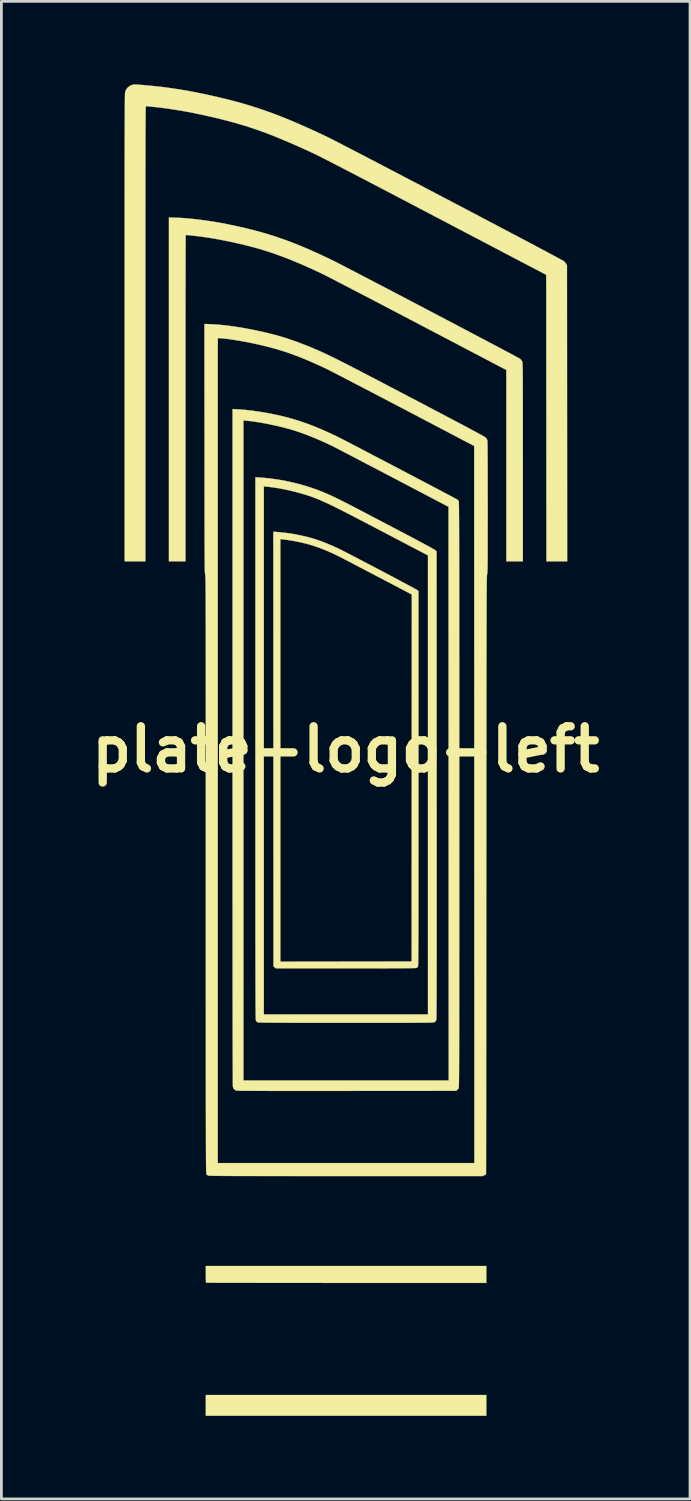
<source format=kicad_pcb>
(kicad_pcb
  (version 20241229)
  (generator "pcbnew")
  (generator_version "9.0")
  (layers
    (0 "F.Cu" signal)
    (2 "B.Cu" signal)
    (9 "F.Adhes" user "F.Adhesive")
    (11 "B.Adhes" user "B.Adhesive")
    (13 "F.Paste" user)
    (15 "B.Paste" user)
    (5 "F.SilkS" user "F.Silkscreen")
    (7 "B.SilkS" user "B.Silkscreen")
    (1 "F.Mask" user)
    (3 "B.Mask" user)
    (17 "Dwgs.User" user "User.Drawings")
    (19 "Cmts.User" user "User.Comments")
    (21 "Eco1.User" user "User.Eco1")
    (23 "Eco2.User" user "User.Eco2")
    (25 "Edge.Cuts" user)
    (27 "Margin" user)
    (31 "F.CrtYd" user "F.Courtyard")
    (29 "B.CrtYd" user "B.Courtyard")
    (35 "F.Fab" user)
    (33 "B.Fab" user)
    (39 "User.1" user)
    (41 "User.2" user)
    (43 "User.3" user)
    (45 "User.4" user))
  (footprint "plate-logo-left"
    (layer "F.Cu")
    (at 9.442 24.027)
    (property "Reference" "plate-logo-left" (at 0 0 0) (layer "F.SilkS") (effects (font (size 1.524 1.524) (thickness 0.3))))
    (attr through_hole)
    (fp_poly (pts (xy 5.08 24.079) (xy -5.055 24.079) (xy -5.055 23.33) (xy 5.08 23.33) (xy 5.08 24.079)) (stroke (width 0.01) (type solid)) (fill yes) (layer "F.SilkS"))
    (fp_poly (pts (xy 5.08 19.279) (xy 0.021 19.279) (xy -0.336 19.279) (xy -0.687 19.279) (xy -1.03 19.278) (xy -1.365 19.278) (xy -1.691 19.278) (xy -2.007 19.278) (xy -2.313 19.278) (xy -2.607 19.277) (xy -2.888 19.277) (xy -3.157 19.277) (xy -3.411 19.276) (xy -3.65 19.276) (xy -3.873 19.276) (xy -4.079 19.275) (xy -4.268 19.275) (xy -4.439 19.274) (xy -4.59 19.274) (xy -4.721 19.273) (xy -4.832 19.273) (xy -4.92 19.272) (xy -4.986 19.271) (xy -5.028 19.271) (xy -5.046 19.27) (xy -5.046 19.27) (xy -5.049 19.256) (xy -5.051 19.219) (xy -5.052 19.165) (xy -5.054 19.096) (xy -5.054 19.016) (xy -5.055 18.965) (xy -5.055 18.669) (xy 5.08 18.669) (xy 5.08 19.279)) (stroke (width 0.01) (type solid)) (fill yes) (layer "F.SilkS"))
    (fp_poly (pts (xy -2.554 -7.86) (xy -2.502 -7.856) (xy -2.435 -7.85) (xy -2.358 -7.843) (xy -2.276 -7.834) (xy -2.195 -7.825) (xy -2.12 -7.817) (xy -2.055 -7.809) (xy -2.019 -7.804) (xy -1.941 -7.791) (xy -1.845 -7.774) (xy -1.738 -7.753) (xy -1.627 -7.73) (xy -1.519 -7.706) (xy -1.419 -7.684) (xy -1.336 -7.663) (xy -1.335 -7.663) (xy -1.12 -7.6) (xy -0.888 -7.52) (xy -0.642 -7.424) (xy -0.384 -7.312) (xy -0.286 -7.267) (xy -0.242 -7.246) (xy -0.18 -7.215) (xy -0.101 -7.175) (xy -0.007 -7.126) (xy 0.101 -7.071) (xy 0.221 -7.009) (xy 0.351 -6.941) (xy 0.49 -6.869) (xy 0.636 -6.792) (xy 0.787 -6.713) (xy 0.942 -6.632) (xy 1.099 -6.549) (xy 1.257 -6.466) (xy 1.413 -6.384) (xy 1.567 -6.303) (xy 1.716 -6.224) (xy 1.859 -6.148) (xy 1.994 -6.076) (xy 2.12 -6.009) (xy 2.235 -5.947) (xy 2.337 -5.892) (xy 2.425 -5.845) (xy 2.497 -5.805) (xy 2.551 -5.775) (xy 2.586 -5.755) (xy 2.6 -5.746) (xy 2.629 -5.714) (xy 2.629 1.049) (xy 2.629 1.551) (xy 2.629 2.028) (xy 2.629 2.481) (xy 2.629 2.91) (xy 2.629 3.317) (xy 2.629 3.701) (xy 2.628 4.063) (xy 2.628 4.404) (xy 2.628 4.725) (xy 2.628 5.026) (xy 2.628 5.307) (xy 2.627 5.57) (xy 2.627 5.814) (xy 2.627 6.041) (xy 2.627 6.251) (xy 2.626 6.445) (xy 2.626 6.624) (xy 2.625 6.787) (xy 2.625 6.936) (xy 2.624 7.07) (xy 2.624 7.192) (xy 2.623 7.301) (xy 2.622 7.398) (xy 2.621 7.484) (xy 2.621 7.559) (xy 2.62 7.623) (xy 2.619 7.678) (xy 2.618 7.725) (xy 2.617 7.762) (xy 2.616 7.792) (xy 2.615 7.815) (xy 2.613 7.831) (xy 2.612 7.842) (xy 2.611 7.847) (xy 2.587 7.878) (xy 2.559 7.897) (xy 2.549 7.899) (xy 2.528 7.901) (xy 2.493 7.902) (xy 2.445 7.904) (xy 2.383 7.905) (xy 2.306 7.906) (xy 2.213 7.907) (xy 2.103 7.908) (xy 1.975 7.909) (xy 1.83 7.91) (xy 1.665 7.91) (xy 1.48 7.911) (xy 1.274 7.911) (xy 1.047 7.912) (xy 0.798 7.912) (xy 0.525 7.912) (xy 0.228 7.912) (xy -0.000398 7.912) (xy -2.527 7.912) (xy -2.568 7.875) (xy -2.61 7.838) (xy -2.61 7.671) (xy -2.362 7.671) (xy 2.381 7.664) (xy 2.388 -5.596) (xy 2.289 -5.648) (xy 2.195 -5.698) (xy 2.086 -5.755) (xy 1.965 -5.818) (xy 1.834 -5.887) (xy 1.694 -5.961) (xy 1.547 -6.038) (xy 1.395 -6.117) (xy 1.24 -6.199) (xy 1.083 -6.281) (xy 0.927 -6.363) (xy 0.772 -6.443) (xy 0.622 -6.522) (xy 0.478 -6.597) (xy 0.341 -6.669) (xy 0.213 -6.736) (xy 0.097 -6.796) (xy -0.007 -6.85) (xy -0.095 -6.896) (xy -0.167 -6.934) (xy -0.221 -6.962) (xy -0.255 -6.979) (xy -0.26 -6.982) (xy -0.478 -7.086) (xy -0.698 -7.182) (xy -0.914 -7.268) (xy -1.121 -7.342) (xy -1.295 -7.396) (xy -1.449 -7.437) (xy -1.616 -7.477) (xy -1.79 -7.513) (xy -1.961 -7.544) (xy -2.124 -7.57) (xy -2.271 -7.588) (xy -2.276 -7.589) (xy -2.362 -7.598) (xy -2.362 7.671) (xy -2.61 7.671) (xy -2.613 -0.012) (xy -2.616 -7.861) (xy -2.587 -7.861) (xy -2.554 -7.86)) (stroke (width 0.01) (type solid)) (fill yes) (layer "F.SilkS"))
    (fp_poly (pts (xy -6.125 -19.211) (xy -5.931 -19.202) (xy -5.717 -19.186) (xy -5.487 -19.163) (xy -5.247 -19.135) (xy -5.001 -19.101) (xy -4.752 -19.063) (xy -4.506 -19.02) (xy -4.267 -18.974) (xy -4.239 -18.968) (xy -3.916 -18.9) (xy -3.61 -18.83) (xy -3.318 -18.757) (xy -3.037 -18.681) (xy -2.763 -18.601) (xy -2.494 -18.515) (xy -2.225 -18.422) (xy -1.954 -18.321) (xy -1.677 -18.211) (xy -1.392 -18.091) (xy -1.095 -17.96) (xy -0.783 -17.816) (xy -0.514 -17.688) (xy -0.472 -17.668) (xy -0.41 -17.636) (xy -0.328 -17.595) (xy -0.229 -17.544) (xy -0.112 -17.484) (xy 0.02 -17.415) (xy 0.167 -17.339) (xy 0.327 -17.256) (xy 0.501 -17.166) (xy 0.685 -17.069) (xy 0.881 -16.968) (xy 1.085 -16.861) (xy 1.298 -16.75) (xy 1.519 -16.634) (xy 1.745 -16.516) (xy 1.977 -16.395) (xy 2.213 -16.271) (xy 2.451 -16.146) (xy 2.692 -16.02) (xy 2.933 -15.893) (xy 3.175 -15.766) (xy 3.414 -15.64) (xy 3.652 -15.515) (xy 3.886 -15.392) (xy 4.116 -15.271) (xy 4.34 -15.153) (xy 4.557 -15.039) (xy 4.767 -14.928) (xy 4.968 -14.822) (xy 5.159 -14.721) (xy 5.339 -14.626) (xy 5.507 -14.537) (xy 5.662 -14.455) (xy 5.803 -14.38) (xy 5.929 -14.313) (xy 6.039 -14.254) (xy 6.131 -14.205) (xy 6.204 -14.165) (xy 6.259 -14.135) (xy 6.292 -14.116) (xy 6.304 -14.109) (xy 6.339 -14.072) (xy 6.369 -14.03) (xy 6.377 -14.016) (xy 6.379 -14.01) (xy 6.381 -14.003) (xy 6.383 -13.993) (xy 6.385 -13.981) (xy 6.387 -13.964) (xy 6.388 -13.942) (xy 6.39 -13.915) (xy 6.391 -13.88) (xy 6.392 -13.839) (xy 6.394 -13.788) (xy 6.395 -13.729) (xy 6.395 -13.659) (xy 6.396 -13.578) (xy 6.397 -13.484) (xy 6.398 -13.378) (xy 6.398 -13.259) (xy 6.399 -13.124) (xy 6.399 -12.974) (xy 6.399 -12.807) (xy 6.4 -12.624) (xy 6.4 -12.422) (xy 6.4 -12.2) (xy 6.4 -11.959) (xy 6.4 -11.697) (xy 6.4 -11.413) (xy 6.4 -11.107) (xy 6.4 -10.777) (xy 6.401 -10.423) (xy 6.401 -10.379) (xy 6.401 -6.795) (xy 5.804 -6.795) (xy 5.803 -13.71) (xy 5.521 -13.857) (xy 5.485 -13.876) (xy 5.427 -13.906) (xy 5.349 -13.947) (xy 5.252 -13.998) (xy 5.136 -14.059) (xy 5.004 -14.129) (xy 4.855 -14.207) (xy 4.691 -14.293) (xy 4.512 -14.386) (xy 4.321 -14.486) (xy 4.118 -14.593) (xy 3.905 -14.705) (xy 3.681 -14.822) (xy 3.449 -14.944) (xy 3.208 -15.07) (xy 2.962 -15.199) (xy 2.709 -15.332) (xy 2.453 -15.467) (xy 2.311 -15.541) (xy 2.053 -15.676) (xy 1.798 -15.81) (xy 1.549 -15.94) (xy 1.306 -16.067) (xy 1.07 -16.191) (xy 0.842 -16.31) (xy 0.623 -16.424) (xy 0.415 -16.532) (xy 0.218 -16.634) (xy 0.034 -16.73) (xy -0.137 -16.819) (xy -0.293 -16.9) (xy -0.433 -16.973) (xy -0.557 -17.037) (xy -0.664 -17.091) (xy -0.751 -17.136) (xy -0.819 -17.17) (xy -0.866 -17.193) (xy -0.883 -17.201) (xy -1.183 -17.341) (xy -1.465 -17.468) (xy -1.732 -17.583) (xy -1.985 -17.688) (xy -2.229 -17.783) (xy -2.465 -17.87) (xy -2.697 -17.95) (xy -2.927 -18.025) (xy -3.158 -18.094) (xy -3.166 -18.096) (xy -3.377 -18.154) (xy -3.607 -18.213) (xy -3.849 -18.271) (xy -4.098 -18.327) (xy -4.347 -18.379) (xy -4.59 -18.426) (xy -4.821 -18.467) (xy -4.934 -18.486) (xy -5.019 -18.498) (xy -5.113 -18.512) (xy -5.211 -18.525) (xy -5.311 -18.538) (xy -5.41 -18.55) (xy -5.504 -18.561) (xy -5.589 -18.57) (xy -5.663 -18.577) (xy -5.721 -18.583) (xy -5.762 -18.585) (xy -5.781 -18.584) (xy -5.782 -18.584) (xy -5.782 -18.571) (xy -5.783 -18.534) (xy -5.784 -18.472) (xy -5.784 -18.388) (xy -5.785 -18.281) (xy -5.785 -18.153) (xy -5.786 -18.004) (xy -5.786 -17.836) (xy -5.787 -17.648) (xy -5.787 -17.442) (xy -5.788 -17.219) (xy -5.788 -16.979) (xy -5.789 -16.722) (xy -5.789 -16.451) (xy -5.789 -16.166) (xy -5.79 -15.867) (xy -5.79 -15.555) (xy -5.79 -15.231) (xy -5.791 -14.896) (xy -5.791 -14.551) (xy -5.791 -14.196) (xy -5.791 -13.832) (xy -5.791 -13.46) (xy -5.791 -13.081) (xy -5.791 -12.696) (xy -5.791 -6.795) (xy -6.388 -6.795) (xy -6.388 -19.219) (xy -6.125 -19.211)) (stroke (width 0.01) (type solid)) (fill yes) (layer "F.SilkS"))
    (fp_poly (pts (xy -3.121 -9.825) (xy -2.772 -9.794) (xy -2.419 -9.744) (xy -2.064 -9.678) (xy -1.714 -9.595) (xy -1.374 -9.497) (xy -1.048 -9.386) (xy -0.845 -9.306) (xy -0.784 -9.28) (xy -0.727 -9.256) (xy -0.671 -9.233) (xy -0.616 -9.208) (xy -0.56 -9.184) (xy -0.503 -9.157) (xy -0.442 -9.129) (xy -0.377 -9.098) (xy -0.306 -9.063) (xy -0.229 -9.025) (xy -0.144 -8.983) (xy -0.05 -8.935) (xy 0.054 -8.882) (xy 0.169 -8.823) (xy 0.297 -8.757) (xy 0.438 -8.683) (xy 0.595 -8.602) (xy 0.767 -8.511) (xy 0.957 -8.412) (xy 1.165 -8.303) (xy 1.393 -8.183) (xy 1.641 -8.053) (xy 1.758 -7.992) (xy 1.993 -7.868) (xy 2.206 -7.756) (xy 2.398 -7.655) (xy 2.569 -7.564) (xy 2.719 -7.484) (xy 2.85 -7.414) (xy 2.961 -7.354) (xy 3.054 -7.303) (xy 3.128 -7.262) (xy 3.185 -7.229) (xy 3.226 -7.205) (xy 3.249 -7.19) (xy 3.257 -7.183) (xy 3.283 -7.148) (xy 3.286 1.297) (xy 3.286 1.858) (xy 3.287 2.395) (xy 3.287 2.907) (xy 3.287 3.396) (xy 3.287 3.861) (xy 3.287 4.304) (xy 3.287 4.724) (xy 3.287 5.124) (xy 3.287 5.502) (xy 3.287 5.859) (xy 3.287 6.197) (xy 3.287 6.515) (xy 3.287 6.814) (xy 3.287 7.096) (xy 3.287 7.359) (xy 3.286 7.605) (xy 3.286 7.835) (xy 3.286 8.048) (xy 3.286 8.246) (xy 3.285 8.429) (xy 3.285 8.598) (xy 3.285 8.753) (xy 3.284 8.894) (xy 3.284 9.022) (xy 3.283 9.139) (xy 3.282 9.243) (xy 3.282 9.337) (xy 3.281 9.419) (xy 3.28 9.492) (xy 3.28 9.555) (xy 3.279 9.61) (xy 3.278 9.655) (xy 3.277 9.693) (xy 3.276 9.724) (xy 3.275 9.748) (xy 3.274 9.765) (xy 3.273 9.777) (xy 3.271 9.784) (xy 3.271 9.785) (xy 3.247 9.822) (xy 3.214 9.853) (xy 3.211 9.855) (xy 3.206 9.858) (xy 3.201 9.86) (xy 3.194 9.862) (xy 3.184 9.865) (xy 3.171 9.867) (xy 3.153 9.868) (xy 3.13 9.87) (xy 3.101 9.871) (xy 3.064 9.873) (xy 3.019 9.874) (xy 2.965 9.875) (xy 2.901 9.876) (xy 2.826 9.877) (xy 2.738 9.877) (xy 2.638 9.878) (xy 2.524 9.879) (xy 2.395 9.879) (xy 2.25 9.879) (xy 2.089 9.88) (xy 1.91 9.88) (xy 1.712 9.88) (xy 1.495 9.88) (xy 1.257 9.88) (xy 0.998 9.88) (xy 0.716 9.88) (xy 0.412 9.88) (xy 0.083 9.88) (xy 0.006 9.88) (xy -0.33 9.88) (xy -0.641 9.88) (xy -0.93 9.88) (xy -1.195 9.88) (xy -1.439 9.88) (xy -1.662 9.88) (xy -1.865 9.879) (xy -2.05 9.879) (xy -2.216 9.879) (xy -2.365 9.878) (xy -2.498 9.878) (xy -2.616 9.877) (xy -2.72 9.876) (xy -2.811 9.876) (xy -2.889 9.875) (xy -2.955 9.874) (xy -3.011 9.873) (xy -3.057 9.871) (xy -3.095 9.87) (xy -3.125 9.869) (xy -3.148 9.867) (xy -3.165 9.865) (xy -3.177 9.863) (xy -3.185 9.861) (xy -3.189 9.859) (xy -3.221 9.832) (xy -3.243 9.804) (xy -3.245 9.8) (xy -3.246 9.794) (xy -3.247 9.784) (xy -3.248 9.771) (xy -3.249 9.753) (xy -3.25 9.73) (xy -3.251 9.702) (xy -3.252 9.667) (xy -3.253 9.626) (xy -3.254 9.578) (xy -3.254 9.523) (xy -3.255 9.459) (xy -3.256 9.387) (xy -3.257 9.306) (xy -3.257 9.215) (xy -3.258 9.114) (xy -3.258 9.002) (xy -3.259 8.879) (xy -3.259 8.745) (xy -3.26 8.598) (xy -3.26 8.438) (xy -3.261 8.265) (xy -3.261 8.078) (xy -3.261 7.877) (xy -3.262 7.661) (xy -3.262 7.429) (xy -3.262 7.182) (xy -3.262 6.918) (xy -3.263 6.637) (xy -3.263 6.338) (xy -3.263 6.022) (xy -3.263 5.687) (xy -3.263 5.333) (xy -3.263 4.959) (xy -3.264 4.566) (xy -3.264 4.151) (xy -3.264 3.716) (xy -3.264 3.258) (xy -3.264 2.779) (xy -3.264 2.277) (xy -3.264 1.751) (xy -3.264 1.202) (xy -3.264 0.629) (xy -3.264 0.03) (xy -3.264 -9.5) (xy -2.959 -9.5) (xy -2.959 9.576) (xy 2.972 9.576) (xy 2.972 -7.008) (xy 1.319 -7.874) (xy 1.058 -8.011) (xy 0.818 -8.137) (xy 0.597 -8.252) (xy 0.396 -8.357) (xy 0.211 -8.453) (xy 0.043 -8.539) (xy -0.11 -8.617) (xy -0.249 -8.688) (xy -0.376 -8.751) (xy -0.491 -8.808) (xy -0.597 -8.859) (xy -0.694 -8.904) (xy -0.783 -8.945) (xy -0.866 -8.982) (xy -0.944 -9.016) (xy -1.018 -9.046) (xy -1.089 -9.075) (xy -1.159 -9.101) (xy -1.229 -9.127) (xy -1.295 -9.15) (xy -1.456 -9.203) (xy -1.636 -9.255) (xy -1.827 -9.306) (xy -2.025 -9.354) (xy -2.221 -9.396) (xy -2.41 -9.432) (xy -2.434 -9.436) (xy -2.5 -9.447) (xy -2.577 -9.459) (xy -2.657 -9.47) (xy -2.736 -9.48) (xy -2.809 -9.489) (xy -2.871 -9.495) (xy -2.915 -9.499) (xy -2.93 -9.5) (xy -2.959 -9.5) (xy -3.264 -9.5) (xy -3.264 -9.833) (xy -3.121 -9.825)) (stroke (width 0.01) (type solid)) (fill yes) (layer "F.SilkS"))
    (fp_poly (pts (xy -7.548 -24.021) (xy -7.484 -24.017) (xy -7.407 -24.011) (xy -7.312 -24.004) (xy -7.198 -23.993) (xy -7.064 -23.98) (xy -6.906 -23.964) (xy -6.902 -23.964) (xy -6.615 -23.932) (xy -6.314 -23.892) (xy -6.007 -23.846) (xy -5.705 -23.795) (xy -5.415 -23.741) (xy -5.302 -23.718) (xy -4.957 -23.645) (xy -4.629 -23.571) (xy -4.317 -23.496) (xy -4.016 -23.419) (xy -3.725 -23.338) (xy -3.44 -23.254) (xy -3.159 -23.164) (xy -2.878 -23.068) (xy -2.596 -22.966) (xy -2.309 -22.855) (xy -2.015 -22.736) (xy -1.711 -22.606) (xy -1.394 -22.466) (xy -1.06 -22.314) (xy -0.709 -22.149) (xy -0.699 -22.145) (xy -0.655 -22.123) (xy -0.591 -22.091) (xy -0.507 -22.049) (xy -0.405 -21.997) (xy -0.286 -21.936) (xy -0.15 -21.866) (xy 0.001 -21.788) (xy 0.167 -21.702) (xy 0.346 -21.608) (xy 0.538 -21.509) (xy 0.742 -21.402) (xy 0.957 -21.291) (xy 1.182 -21.173) (xy 1.415 -21.052) (xy 1.657 -20.925) (xy 1.905 -20.796) (xy 2.159 -20.662) (xy 2.419 -20.527) (xy 2.683 -20.389) (xy 2.949 -20.249) (xy 3.218 -20.108) (xy 3.489 -19.966) (xy 3.759 -19.824) (xy 4.029 -19.682) (xy 4.298 -19.541) (xy 4.564 -19.401) (xy 4.826 -19.263) (xy 5.084 -19.127) (xy 5.337 -18.994) (xy 5.583 -18.864) (xy 5.823 -18.738) (xy 6.053 -18.616) (xy 6.275 -18.499) (xy 6.487 -18.388) (xy 6.687 -18.281) (xy 6.875 -18.182) (xy 7.051 -18.088) (xy 7.212 -18.003) (xy 7.359 -17.924) (xy 7.49 -17.855) (xy 7.604 -17.793) (xy 7.7 -17.741) (xy 7.778 -17.699) (xy 7.836 -17.667) (xy 7.873 -17.646) (xy 7.889 -17.636) (xy 7.889 -17.636) (xy 7.925 -17.596) (xy 7.957 -17.551) (xy 7.965 -17.536) (xy 7.995 -17.482) (xy 8.001 -6.795) (xy 7.252 -6.795) (xy 7.245 -17.146) (xy 6.706 -17.43) (xy 6.65 -17.459) (xy 6.573 -17.499) (xy 6.476 -17.55) (xy 6.359 -17.611) (xy 6.224 -17.682) (xy 6.072 -17.762) (xy 5.903 -17.851) (xy 5.719 -17.947) (xy 5.522 -18.051) (xy 5.311 -18.161) (xy 5.088 -18.278) (xy 4.854 -18.401) (xy 4.61 -18.529) (xy 4.357 -18.662) (xy 4.097 -18.798) (xy 3.829 -18.939) (xy 3.556 -19.082) (xy 3.278 -19.228) (xy 2.997 -19.376) (xy 2.713 -19.525) (xy 2.705 -19.529) (xy 2.317 -19.732) (xy 1.948 -19.926) (xy 1.598 -20.109) (xy 1.269 -20.281) (xy 0.959 -20.443) (xy 0.67 -20.594) (xy 0.402 -20.734) (xy 0.153 -20.863) (xy -0.074 -20.981) (xy -0.28 -21.088) (xy -0.465 -21.183) (xy -0.629 -21.268) (xy -0.772 -21.341) (xy -0.892 -21.402) (xy -0.991 -21.452) (xy -1.068 -21.49) (xy -1.122 -21.516) (xy -1.124 -21.517) (xy -1.462 -21.673) (xy -1.781 -21.817) (xy -2.084 -21.949) (xy -2.373 -22.071) (xy -2.653 -22.184) (xy -2.925 -22.288) (xy -3.193 -22.384) (xy -3.459 -22.474) (xy -3.726 -22.558) (xy -3.997 -22.637) (xy -4.275 -22.713) (xy -4.562 -22.785) (xy -4.862 -22.856) (xy -5.178 -22.926) (xy -5.493 -22.993) (xy -5.716 -23.036) (xy -5.953 -23.078) (xy -6.197 -23.118) (xy -6.439 -23.154) (xy -6.673 -23.185) (xy -6.885 -23.209) (xy -6.972 -23.218) (xy -7.052 -23.226) (xy -7.12 -23.232) (xy -7.173 -23.237) (xy -7.207 -23.24) (xy -7.218 -23.241) (xy -7.219 -23.24) (xy -7.221 -23.236) (xy -7.222 -23.229) (xy -7.223 -23.218) (xy -7.224 -23.203) (xy -7.226 -23.182) (xy -7.227 -23.157) (xy -7.228 -23.125) (xy -7.228 -23.086) (xy -7.229 -23.04) (xy -7.23 -22.986) (xy -7.231 -22.924) (xy -7.232 -22.853) (xy -7.232 -22.773) (xy -7.233 -22.682) (xy -7.234 -22.581) (xy -7.234 -22.468) (xy -7.235 -22.344) (xy -7.235 -22.207) (xy -7.236 -22.057) (xy -7.236 -21.894) (xy -7.236 -21.716) (xy -7.237 -21.524) (xy -7.237 -21.317) (xy -7.237 -21.094) (xy -7.238 -20.854) (xy -7.238 -20.598) (xy -7.238 -20.324) (xy -7.238 -20.032) (xy -7.238 -19.721) (xy -7.239 -19.391) (xy -7.239 -19.041) (xy -7.239 -18.671) (xy -7.239 -18.28) (xy -7.239 -17.867) (xy -7.239 -17.433) (xy -7.239 -16.975) (xy -7.239 -16.495) (xy -7.239 -15.99) (xy -7.239 -15.461) (xy -7.239 -15.018) (xy -7.239 -6.795) (xy -7.988 -6.795) (xy -7.988 -15.244) (xy -7.988 -15.805) (xy -7.988 -16.341) (xy -7.988 -16.853) (xy -7.988 -17.341) (xy -7.988 -17.806) (xy -7.988 -18.249) (xy -7.988 -18.669) (xy -7.988 -19.068) (xy -7.988 -19.446) (xy -7.988 -19.803) (xy -7.987 -20.14) (xy -7.987 -20.458) (xy -7.987 -20.758) (xy -7.987 -21.039) (xy -7.987 -21.302) (xy -7.986 -21.549) (xy -7.986 -21.778) (xy -7.986 -21.992) (xy -7.985 -22.19) (xy -7.985 -22.374) (xy -7.984 -22.543) (xy -7.984 -22.698) (xy -7.983 -22.84) (xy -7.983 -22.969) (xy -7.982 -23.086) (xy -7.982 -23.191) (xy -7.981 -23.286) (xy -7.98 -23.37) (xy -7.979 -23.444) (xy -7.979 -23.508) (xy -7.978 -23.564) (xy -7.977 -23.611) (xy -7.976 -23.651) (xy -7.975 -23.684) (xy -7.974 -23.709) (xy -7.973 -23.729) (xy -7.972 -23.743) (xy -7.97 -23.753) (xy -7.97 -23.756) (xy -7.932 -23.84) (xy -7.876 -23.913) (xy -7.804 -23.97) (xy -7.722 -24.008) (xy -7.694 -24.015) (xy -7.669 -24.019) (xy -7.638 -24.021) (xy -7.598 -24.022) (xy -7.548 -24.021)) (stroke (width 0.01) (type solid)) (fill yes) (layer "F.SilkS"))
    (fp_poly (pts (xy -3.923 -12.289) (xy -3.657 -12.269) (xy -3.374 -12.238) (xy -3.082 -12.196) (xy -2.784 -12.144) (xy -2.488 -12.084) (xy -2.199 -12.016) (xy -1.923 -11.942) (xy -1.866 -11.925) (xy -1.631 -11.851) (xy -1.392 -11.768) (xy -1.147 -11.675) (xy -0.892 -11.569) (xy -0.623 -11.45) (xy -0.339 -11.317) (xy -0.33 -11.313) (xy -0.297 -11.297) (xy -0.244 -11.27) (xy -0.173 -11.233) (xy -0.084 -11.187) (xy 0.021 -11.133) (xy 0.141 -11.071) (xy 0.274 -11.001) (xy 0.419 -10.926) (xy 0.575 -10.845) (xy 0.74 -10.759) (xy 0.913 -10.668) (xy 1.092 -10.574) (xy 1.277 -10.478) (xy 1.466 -10.379) (xy 1.658 -10.278) (xy 1.851 -10.177) (xy 2.044 -10.076) (xy 2.235 -9.975) (xy 2.424 -9.876) (xy 2.609 -9.779) (xy 2.789 -9.684) (xy 2.962 -9.593) (xy 3.127 -9.506) (xy 3.283 -9.424) (xy 3.428 -9.348) (xy 3.561 -9.277) (xy 3.68 -9.214) (xy 3.785 -9.158) (xy 3.874 -9.111) (xy 3.946 -9.072) (xy 3.999 -9.044) (xy 4.032 -9.026) (xy 4.044 -9.019) (xy 4.065 -8.992) (xy 4.085 -8.958) (xy 4.085 -8.957) (xy 4.086 -8.952) (xy 4.087 -8.94) (xy 4.088 -8.921) (xy 4.089 -8.895) (xy 4.09 -8.862) (xy 4.09 -8.82) (xy 4.091 -8.77) (xy 4.092 -8.71) (xy 4.093 -8.641) (xy 4.093 -8.562) (xy 4.094 -8.472) (xy 4.095 -8.371) (xy 4.095 -8.259) (xy 4.096 -8.134) (xy 4.096 -7.998) (xy 4.097 -7.848) (xy 4.097 -7.685) (xy 4.098 -7.508) (xy 4.098 -7.316) (xy 4.099 -7.11) (xy 4.099 -6.888) (xy 4.099 -6.651) (xy 4.1 -6.397) (xy 4.1 -6.127) (xy 4.1 -5.839) (xy 4.101 -5.534) (xy 4.101 -5.21) (xy 4.101 -4.868) (xy 4.101 -4.507) (xy 4.101 -4.126) (xy 4.101 -3.725) (xy 4.102 -3.303) (xy 4.102 -2.861) (xy 4.102 -2.397) (xy 4.102 -1.911) (xy 4.102 -1.403) (xy 4.102 -0.871) (xy 4.102 -0.317) (xy 4.102 0.262) (xy 4.102 0.865) (xy 4.102 1.493) (xy 4.102 1.639) (xy 4.102 2.263) (xy 4.102 2.862) (xy 4.102 3.437) (xy 4.102 3.988) (xy 4.102 4.516) (xy 4.102 5.02) (xy 4.102 5.502) (xy 4.102 5.963) (xy 4.102 6.402) (xy 4.102 6.82) (xy 4.102 7.218) (xy 4.101 7.596) (xy 4.101 7.955) (xy 4.101 8.294) (xy 4.101 8.616) (xy 4.101 8.919) (xy 4.101 9.206) (xy 4.1 9.475) (xy 4.1 9.728) (xy 4.1 9.966) (xy 4.1 10.188) (xy 4.099 10.395) (xy 4.099 10.588) (xy 4.098 10.767) (xy 4.098 10.933) (xy 4.098 11.086) (xy 4.097 11.227) (xy 4.097 11.356) (xy 4.096 11.473) (xy 4.096 11.58) (xy 4.095 11.677) (xy 4.094 11.764) (xy 4.094 11.841) (xy 4.093 11.91) (xy 4.092 11.971) (xy 4.091 12.024) (xy 4.091 12.07) (xy 4.09 12.109) (xy 4.089 12.141) (xy 4.088 12.168) (xy 4.087 12.19) (xy 4.086 12.207) (xy 4.085 12.22) (xy 4.084 12.229) (xy 4.082 12.235) (xy 4.081 12.238) (xy 4.056 12.276) (xy 4.023 12.308) (xy 4.021 12.31) (xy 3.981 12.338) (xy 0.025 12.341) (xy -0.359 12.341) (xy -0.719 12.341) (xy -1.056 12.341) (xy -1.369 12.341) (xy -1.66 12.341) (xy -1.929 12.341) (xy -2.178 12.341) (xy -2.406 12.341) (xy -2.615 12.341) (xy -2.806 12.341) (xy -2.979 12.34) (xy -3.135 12.34) (xy -3.275 12.339) (xy -3.399 12.339) (xy -3.509 12.338) (xy -3.605 12.337) (xy -3.688 12.337) (xy -3.758 12.336) (xy -3.817 12.335) (xy -3.865 12.333) (xy -3.903 12.332) (xy -3.931 12.331) (xy -3.952 12.329) (xy -3.964 12.328) (xy -3.969 12.327) (xy -4.025 12.288) (xy -4.063 12.232) (xy -4.075 12.198) (xy -4.076 12.187) (xy -4.077 12.159) (xy -4.078 12.115) (xy -4.079 12.053) (xy -4.079 11.974) (xy -4.079 11.963) (xy -3.696 11.963) (xy 3.721 11.963) (xy 3.718 1.599) (xy 3.715 -8.765) (xy 3.435 -8.911) (xy 3.169 -9.051) (xy 2.905 -9.19) (xy 2.644 -9.327) (xy 2.386 -9.462) (xy 2.133 -9.594) (xy 1.886 -9.724) (xy 1.646 -9.85) (xy 1.413 -9.972) (xy 1.189 -10.089) (xy 0.975 -10.201) (xy 0.771 -10.308) (xy 0.579 -10.408) (xy 0.4 -10.502) (xy 0.234 -10.589) (xy 0.082 -10.668) (xy -0.053 -10.739) (xy -0.173 -10.801) (xy -0.275 -10.854) (xy -0.358 -10.898) (xy -0.422 -10.931) (xy -0.466 -10.953) (xy -0.488 -10.965) (xy -0.489 -10.965) (xy -0.823 -11.12) (xy -1.14 -11.257) (xy -1.442 -11.377) (xy -1.73 -11.48) (xy -1.924 -11.542) (xy -2.068 -11.584) (xy -2.227 -11.626) (xy -2.398 -11.668) (xy -2.576 -11.708) (xy -2.756 -11.746) (xy -2.934 -11.781) (xy -3.105 -11.812) (xy -3.265 -11.837) (xy -3.409 -11.857) (xy -3.512 -11.868) (xy -3.565 -11.873) (xy -3.615 -11.878) (xy -3.648 -11.883) (xy -3.696 -11.889) (xy -3.696 11.963) (xy -4.079 11.963) (xy -4.08 11.877) (xy -4.081 11.763) (xy -4.081 11.631) (xy -4.082 11.48) (xy -4.082 11.31) (xy -4.083 11.122) (xy -4.084 10.915) (xy -4.084 10.688) (xy -4.085 10.442) (xy -4.085 10.176) (xy -4.085 9.889) (xy -4.086 9.582) (xy -4.086 9.255) (xy -4.087 8.907) (xy -4.087 8.537) (xy -4.087 8.146) (xy -4.087 7.734) (xy -4.088 7.299) (xy -4.088 6.842) (xy -4.088 6.363) (xy -4.088 5.861) (xy -4.089 5.337) (xy -4.089 4.789) (xy -4.089 4.217) (xy -4.089 3.622) (xy -4.089 3.002) (xy -4.089 2.359) (xy -4.089 1.691) (xy -4.089 0.998) (xy -4.089 0.28) (xy -4.089 -0.075) (xy -4.089 -12.297) (xy -3.923 -12.289)) (stroke (width 0.01) (type solid)) (fill yes) (layer "F.SilkS"))
    (fp_poly (pts (xy -4.886 -15.363) (xy -4.613 -15.347) (xy -4.319 -15.318) (xy -4.005 -15.276) (xy -3.672 -15.221) (xy -3.322 -15.155) (xy -2.956 -15.076) (xy -2.851 -15.051) (xy -2.485 -14.958) (xy -2.114 -14.846) (xy -1.736 -14.715) (xy -1.348 -14.565) (xy -0.977 -14.407) (xy -0.913 -14.379) (xy -0.849 -14.35) (xy -0.784 -14.32) (xy -0.717 -14.289) (xy -0.648 -14.256) (xy -0.574 -14.221) (xy -0.496 -14.183) (xy -0.411 -14.141) (xy -0.32 -14.096) (xy -0.22 -14.046) (xy -0.112 -13.991) (xy 0.007 -13.931) (xy 0.136 -13.864) (xy 0.277 -13.791) (xy 0.431 -13.712) (xy 0.599 -13.624) (xy 0.783 -13.529) (xy 0.982 -13.425) (xy 1.197 -13.313) (xy 1.431 -13.19) (xy 1.684 -13.058) (xy 1.957 -12.915) (xy 2.251 -12.761) (xy 2.413 -12.676) (xy 2.712 -12.519) (xy 2.99 -12.373) (xy 3.247 -12.238) (xy 3.483 -12.114) (xy 3.699 -12) (xy 3.897 -11.896) (xy 4.076 -11.801) (xy 4.237 -11.716) (xy 4.382 -11.639) (xy 4.51 -11.571) (xy 4.623 -11.51) (xy 4.721 -11.457) (xy 4.805 -11.412) (xy 4.876 -11.373) (xy 4.934 -11.341) (xy 4.98 -11.314) (xy 5.015 -11.294) (xy 5.039 -11.279) (xy 5.053 -11.269) (xy 5.057 -11.265) (xy 5.087 -11.227) (xy 5.111 -11.185) (xy 5.117 -11.168) (xy 5.119 -11.151) (xy 5.121 -11.115) (xy 5.122 -11.059) (xy 5.124 -10.982) (xy 5.125 -10.884) (xy 5.126 -10.765) (xy 5.127 -10.624) (xy 5.128 -10.461) (xy 5.129 -10.276) (xy 5.129 -10.067) (xy 5.13 -9.835) (xy 5.13 -9.58) (xy 5.13 -9.3) (xy 5.131 -8.995) (xy 5.131 -8.757) (xy 5.131 -8.468) (xy 5.131 -8.204) (xy 5.13 -7.963) (xy 5.13 -7.744) (xy 5.13 -7.546) (xy 5.13 -7.367) (xy 5.13 -7.208) (xy 5.129 -7.066) (xy 5.129 -6.941) (xy 5.128 -6.832) (xy 5.127 -6.737) (xy 5.126 -6.655) (xy 5.125 -6.585) (xy 5.124 -6.526) (xy 5.123 -6.478) (xy 5.121 -6.438) (xy 5.12 -6.406) (xy 5.118 -6.381) (xy 5.116 -6.361) (xy 5.114 -6.346) (xy 5.111 -6.334) (xy 5.109 -6.325) (xy 5.107 -6.32) (xy 5.106 -6.313) (xy 5.105 -6.303) (xy 5.104 -6.291) (xy 5.103 -6.275) (xy 5.102 -6.255) (xy 5.101 -6.231) (xy 5.1 -6.202) (xy 5.099 -6.167) (xy 5.098 -6.127) (xy 5.097 -6.08) (xy 5.096 -6.025) (xy 5.095 -5.964) (xy 5.095 -5.894) (xy 5.094 -5.816) (xy 5.093 -5.729) (xy 5.093 -5.632) (xy 5.092 -5.526) (xy 5.091 -5.409) (xy 5.091 -5.281) (xy 5.09 -5.141) (xy 5.09 -4.989) (xy 5.089 -4.825) (xy 5.089 -4.648) (xy 5.088 -4.457) (xy 5.088 -4.252) (xy 5.087 -4.033) (xy 5.087 -3.798) (xy 5.087 -3.549) (xy 5.086 -3.283) (xy 5.086 -3) (xy 5.085 -2.7) (xy 5.085 -2.383) (xy 5.085 -2.048) (xy 5.084 -1.694) (xy 5.084 -1.322) (xy 5.084 -0.929) (xy 5.083 -0.517) (xy 5.083 -0.084) (xy 5.083 0.371) (xy 5.082 0.846) (xy 5.082 1.344) (xy 5.082 1.865) (xy 5.081 2.408) (xy 5.081 2.975) (xy 5.081 3.566) (xy 5.08 4.182) (xy 5.08 4.547) (xy 5.08 5.07) (xy 5.079 5.587) (xy 5.079 6.097) (xy 5.079 6.599) (xy 5.078 7.094) (xy 5.078 7.58) (xy 5.078 8.057) (xy 5.077 8.524) (xy 5.077 8.981) (xy 5.077 9.427) (xy 5.076 9.862) (xy 5.076 10.284) (xy 5.076 10.694) (xy 5.075 11.091) (xy 5.075 11.474) (xy 5.075 11.842) (xy 5.075 12.196) (xy 5.074 12.534) (xy 5.074 12.856) (xy 5.074 13.161) (xy 5.073 13.449) (xy 5.073 13.719) (xy 5.073 13.97) (xy 5.073 14.203) (xy 5.072 14.415) (xy 5.072 14.608) (xy 5.072 14.78) (xy 5.072 14.93) (xy 5.071 15.058) (xy 5.071 15.164) (xy 5.071 15.247) (xy 5.071 15.306) (xy 5.071 15.341) (xy 5.07 15.351) (xy 5.059 15.358) (xy 5.032 15.374) (xy 5.012 15.386) (xy 4.957 15.418) (xy 0.012 15.418) (xy -0.413 15.418) (xy -0.812 15.418) (xy -1.188 15.418) (xy -1.541 15.418) (xy -1.871 15.417) (xy -2.179 15.417) (xy -2.466 15.417) (xy -2.733 15.417) (xy -2.981 15.417) (xy -3.21 15.417) (xy -3.42 15.416) (xy -3.614 15.416) (xy -3.79 15.416) (xy -3.951 15.415) (xy -4.097 15.415) (xy -4.229 15.414) (xy -4.346 15.413) (xy -4.451 15.413) (xy -4.544 15.412) (xy -4.625 15.411) (xy -4.696 15.41) (xy -4.756 15.409) (xy -4.807 15.408) (xy -4.85 15.407) (xy -4.885 15.406) (xy -4.913 15.405) (xy -4.935 15.404) (xy -4.951 15.402) (xy -4.962 15.401) (xy -4.969 15.399) (xy -4.972 15.398) (xy -5.006 15.378) (xy -5.032 15.358) (xy -5.034 15.356) (xy -5.035 15.352) (xy -5.036 15.346) (xy -5.037 15.337) (xy -5.038 15.325) (xy -5.039 15.309) (xy -5.04 15.288) (xy -5.041 15.263) (xy -5.042 15.233) (xy -5.043 15.196) (xy -5.044 15.153) (xy -5.045 15.104) (xy -5.046 15.047) (xy -5.046 14.982) (xy -5.047 14.909) (xy -5.048 14.827) (xy -5.048 14.735) (xy -5.049 14.634) (xy -5.049 14.523) (xy -5.05 14.4) (xy -5.05 14.266) (xy -5.051 14.121) (xy -5.051 13.963) (xy -5.051 13.792) (xy -5.052 13.608) (xy -5.052 13.409) (xy -5.052 13.197) (xy -5.053 12.97) (xy -5.053 12.727) (xy -5.053 12.468) (xy -5.053 12.193) (xy -5.054 11.901) (xy -5.054 11.592) (xy -5.054 11.265) (xy -5.054 10.919) (xy -5.054 10.555) (xy -5.054 10.171) (xy -5.054 9.767) (xy -5.054 9.343) (xy -5.055 8.898) (xy -5.055 8.432) (xy -5.055 7.943) (xy -5.055 7.433) (xy -5.055 6.899) (xy -5.055 6.342) (xy -5.055 5.761) (xy -5.055 5.155) (xy -5.055 4.548) (xy -5.055 3.918) (xy -5.055 3.313) (xy -5.055 2.733) (xy -5.055 2.176) (xy -5.055 1.643) (xy -5.055 1.133) (xy -5.055 0.645) (xy -5.055 0.179) (xy -5.055 -0.266) (xy -5.055 -0.69) (xy -5.055 -1.093) (xy -5.055 -1.477) (xy -5.055 -1.841) (xy -5.056 -2.187) (xy -5.056 -2.514) (xy -5.056 -2.823) (xy -5.056 -3.115) (xy -5.056 -3.39) (xy -5.057 -3.649) (xy -5.057 -3.892) (xy -5.057 -4.119) (xy -5.057 -4.332) (xy -5.058 -4.53) (xy -5.058 -4.715) (xy -5.059 -4.886) (xy -5.059 -5.045) (xy -5.059 -5.191) (xy -5.06 -5.326) (xy -5.06 -5.449) (xy -5.061 -5.561) (xy -5.061 -5.663) (xy -5.062 -5.755) (xy -5.063 -5.838) (xy -5.063 -5.913) (xy -5.064 -5.979) (xy -5.065 -6.037) (xy -5.066 -6.088) (xy -5.067 -6.132) (xy -5.067 -6.17) (xy -5.068 -6.202) (xy -5.069 -6.229) (xy -5.07 -6.251) (xy -5.071 -6.269) (xy -5.072 -6.284) (xy -5.074 -6.295) (xy -5.075 -6.303) (xy -5.076 -6.309) (xy -5.077 -6.312) (xy -5.079 -6.319) (xy -5.081 -6.329) (xy -5.082 -6.341) (xy -5.084 -6.357) (xy -5.086 -6.378) (xy -5.087 -6.403) (xy -5.088 -6.435) (xy -5.09 -6.474) (xy -5.091 -6.521) (xy -5.092 -6.576) (xy -5.093 -6.64) (xy -5.094 -6.714) (xy -5.094 -6.799) (xy -5.095 -6.896) (xy -5.096 -7.005) (xy -5.097 -7.127) (xy -5.097 -7.263) (xy -5.098 -7.414) (xy -5.098 -7.58) (xy -5.099 -7.763) (xy -5.099 -7.963) (xy -5.1 -8.181) (xy -5.1 -8.417) (xy -5.1 -8.673) (xy -5.101 -8.949) (xy -5.101 -9.246) (xy -5.101 -9.566) (xy -5.101 -9.907) (xy -5.102 -10.272) (xy -5.102 -10.662) (xy -5.102 -10.876) (xy -5.105 -14.859) (xy -4.623 -14.859) (xy -4.623 14.948) (xy 4.648 14.948) (xy 4.642 -10.962) (xy 4.381 -11.099) (xy 3.913 -11.345) (xy 3.468 -11.579) (xy 3.045 -11.801) (xy 2.644 -12.011) (xy 2.265 -12.21) (xy 1.909 -12.396) (xy 1.575 -12.571) (xy 1.264 -12.734) (xy 0.975 -12.885) (xy 0.708 -13.025) (xy 0.463 -13.152) (xy 0.241 -13.268) (xy 0.04 -13.372) (xy -0.138 -13.465) (xy -0.294 -13.545) (xy -0.428 -13.614) (xy -0.539 -13.671) (xy -0.629 -13.717) (xy -0.697 -13.751) (xy -0.742 -13.773) (xy -0.749 -13.776) (xy -1.014 -13.898) (xy -1.261 -14.008) (xy -1.494 -14.107) (xy -1.715 -14.196) (xy -1.929 -14.276) (xy -2.14 -14.35) (xy -2.35 -14.417) (xy -2.563 -14.48) (xy -2.784 -14.539) (xy -3.015 -14.596) (xy -3.26 -14.651) (xy -3.454 -14.693) (xy -3.57 -14.716) (xy -3.695 -14.739) (xy -3.825 -14.762) (xy -3.956 -14.783) (xy -4.084 -14.803) (xy -4.207 -14.821) (xy -4.321 -14.836) (xy -4.421 -14.847) (xy -4.505 -14.855) (xy -4.568 -14.859) (xy -4.582 -14.859) (xy -4.623 -14.859) (xy -5.105 -14.859) (xy -5.105 -15.371) (xy -4.886 -15.363)) (stroke (width 0.01) (type solid)) (fill yes) (layer "F.SilkS")))
  (gr_rect
    (start -3 -3)
    (end 21.883 51.111)
    (stroke (width 0.1) (type default))
    (fill no)
    (layer "Edge.Cuts")))
</source>
